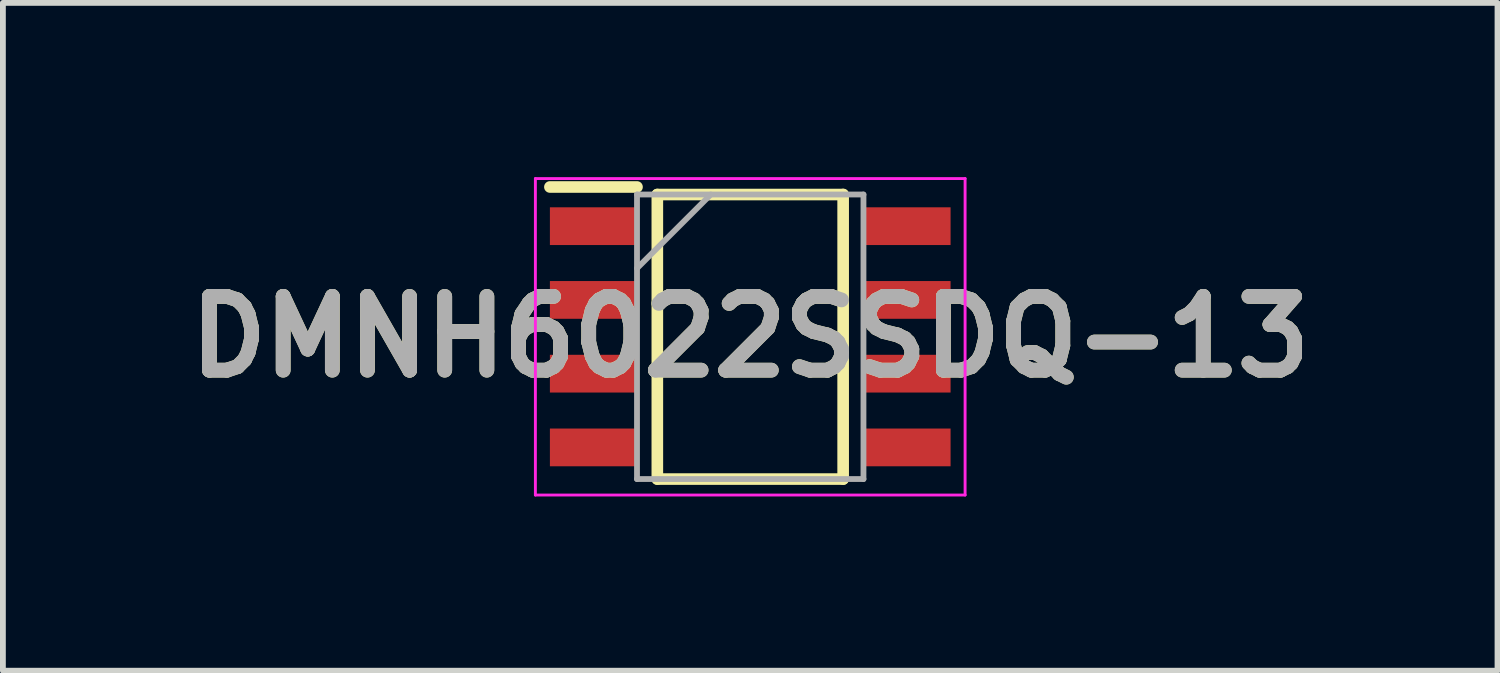
<source format=kicad_pcb>
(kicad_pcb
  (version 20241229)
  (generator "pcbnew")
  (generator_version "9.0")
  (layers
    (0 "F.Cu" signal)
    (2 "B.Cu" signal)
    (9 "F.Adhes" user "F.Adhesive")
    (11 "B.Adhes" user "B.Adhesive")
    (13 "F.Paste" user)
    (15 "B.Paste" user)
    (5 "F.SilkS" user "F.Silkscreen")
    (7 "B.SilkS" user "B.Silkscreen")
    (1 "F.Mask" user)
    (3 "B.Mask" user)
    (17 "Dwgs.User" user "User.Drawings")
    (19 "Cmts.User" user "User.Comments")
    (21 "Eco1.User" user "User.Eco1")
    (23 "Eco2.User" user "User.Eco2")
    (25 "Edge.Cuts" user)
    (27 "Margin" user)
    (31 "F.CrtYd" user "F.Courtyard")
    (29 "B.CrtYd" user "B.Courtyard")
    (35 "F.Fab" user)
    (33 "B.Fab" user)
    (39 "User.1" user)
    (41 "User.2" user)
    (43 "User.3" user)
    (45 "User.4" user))
  (footprint "DMNH6022SSDQ-13"
    (layer "F.Cu")
    (at 9.87 2.75)
    (property "Reference" "DMNH6022SSDQ-13" (at 0 0 0) (layer "F.SilkS") (effects (font (size 1.27 1.27) (thickness 0.254))))
    (attr smd)
    (fp_line (start -3.45 -2.58) (end -1.95 -2.58) (stroke (width 0.2) (type solid)) (layer "F.SilkS"))
    (fp_line (start -1.6 -2.45) (end 1.6 -2.45) (stroke (width 0.2) (type solid)) (layer "F.SilkS"))
    (fp_line (start -1.6 2.45) (end -1.6 -2.45) (stroke (width 0.2) (type solid)) (layer "F.SilkS"))
    (fp_line (start 1.6 -2.45) (end 1.6 2.45) (stroke (width 0.2) (type solid)) (layer "F.SilkS"))
    (fp_line (start 1.6 2.45) (end -1.6 2.45) (stroke (width 0.2) (type solid)) (layer "F.SilkS"))
    (fp_line (start -3.7 -2.725) (end 3.7 -2.725) (stroke (width 0.05) (type solid)) (layer "F.CrtYd"))
    (fp_line (start -3.7 2.725) (end -3.7 -2.725) (stroke (width 0.05) (type solid)) (layer "F.CrtYd"))
    (fp_line (start 3.7 -2.725) (end 3.7 2.725) (stroke (width 0.05) (type solid)) (layer "F.CrtYd"))
    (fp_line (start 3.7 2.725) (end -3.7 2.725) (stroke (width 0.05) (type solid)) (layer "F.CrtYd"))
    (fp_line (start -1.95 -2.45) (end 1.95 -2.45) (stroke (width 0.1) (type solid)) (layer "F.Fab"))
    (fp_line (start -1.95 -1.18) (end -0.68 -2.45) (stroke (width 0.1) (type solid)) (layer "F.Fab"))
    (fp_line (start -1.95 2.45) (end -1.95 -2.45) (stroke (width 0.1) (type solid)) (layer "F.Fab"))
    (fp_line (start 1.95 -2.45) (end 1.95 2.45) (stroke (width 0.1) (type solid)) (layer "F.Fab"))
    (fp_line (start 1.95 2.45) (end -1.95 2.45) (stroke (width 0.1) (type solid)) (layer "F.Fab"))
    (fp_text user "${REFERENCE}" (at 0 0 0) (layer "F.Fab") (effects (font (size 1.27 1.27) (thickness 0.254))))
    (pad "1" smd rect (at -2.7 -1.905 90) (size 0.65 1.5) (layers "F.Cu" "F.Mask" "F.Paste"))
    (pad "2" smd rect (at -2.7 -0.635 90) (size 0.65 1.5) (layers "F.Cu" "F.Mask" "F.Paste"))
    (pad "3" smd rect (at -2.7 0.635 90) (size 0.65 1.5) (layers "F.Cu" "F.Mask" "F.Paste"))
    (pad "4" smd rect (at -2.7 1.905 90) (size 0.65 1.5) (layers "F.Cu" "F.Mask" "F.Paste"))
    (pad "5" smd rect (at 2.7 1.905 90) (size 0.65 1.5) (layers "F.Cu" "F.Mask" "F.Paste"))
    (pad "6" smd rect (at 2.7 0.635 90) (size 0.65 1.5) (layers "F.Cu" "F.Mask" "F.Paste"))
    (pad "7" smd rect (at 2.7 -0.635 90) (size 0.65 1.5) (layers "F.Cu" "F.Mask" "F.Paste"))
    (pad "8" smd rect (at 2.7 -1.905 90) (size 0.65 1.5) (layers "F.Cu" "F.Mask" "F.Paste")))
  (gr_rect
    (start -3 -3)
    (end 22.739 8.5)
    (stroke (width 0.1) (type default))
    (fill no)
    (layer "Edge.Cuts")))
</source>
